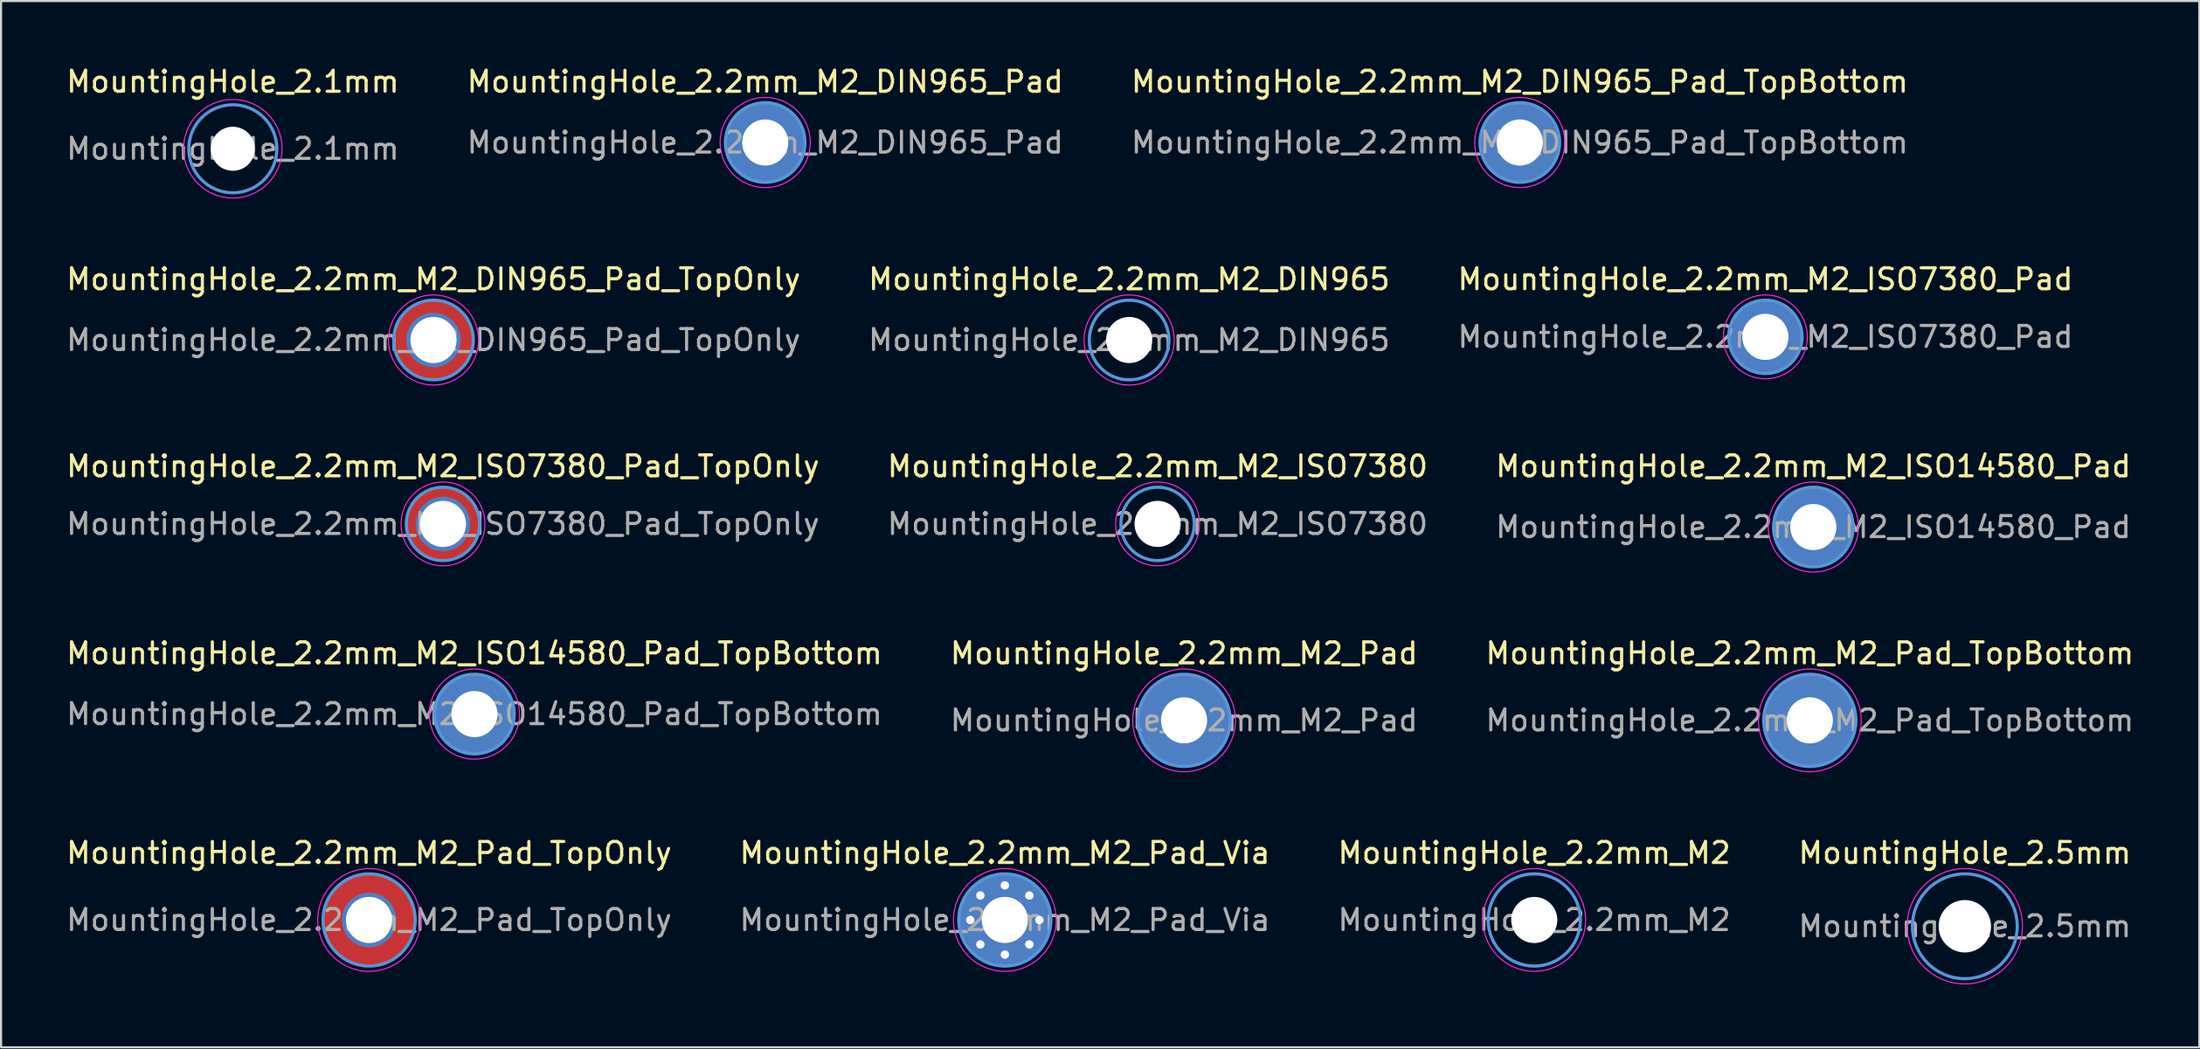
<source format=kicad_pcb>
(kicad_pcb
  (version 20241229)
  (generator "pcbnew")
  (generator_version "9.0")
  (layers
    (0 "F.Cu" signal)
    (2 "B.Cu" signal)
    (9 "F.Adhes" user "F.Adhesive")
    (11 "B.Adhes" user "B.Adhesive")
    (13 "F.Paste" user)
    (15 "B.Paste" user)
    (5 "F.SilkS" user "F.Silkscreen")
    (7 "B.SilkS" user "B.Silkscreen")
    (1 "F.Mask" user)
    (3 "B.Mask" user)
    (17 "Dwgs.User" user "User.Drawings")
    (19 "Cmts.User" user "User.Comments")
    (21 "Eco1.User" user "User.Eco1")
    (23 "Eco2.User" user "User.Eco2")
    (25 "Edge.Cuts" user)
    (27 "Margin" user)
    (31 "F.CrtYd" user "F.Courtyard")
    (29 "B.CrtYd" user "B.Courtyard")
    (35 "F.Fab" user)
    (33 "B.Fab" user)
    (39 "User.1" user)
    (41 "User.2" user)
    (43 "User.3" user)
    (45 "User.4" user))
  (footprint "MountingHole_2.2mm_M2_DIN965_Pad_TopBottom"
    (layer "F.Cu")
    (at 69.435 3.748)
    (property "Reference" "MountingHole_2.2mm_M2_DIN965_Pad_TopBottom" (at 0 -2.9 0) (layer "F.SilkS") (effects (font (size 1 1) (thickness 0.15))))
    (attr exclude_from_pos_files exclude_from_bom)
    (fp_circle (center 0 0) (end 1.9 0) (stroke (width 0.15) (type solid)) (fill no) (layer "Cmts.User"))
    (fp_circle (center 0 0) (end 2.15 0) (stroke (width 0.05) (type solid)) (fill no) (layer "F.CrtYd"))
    (fp_text user "${REFERENCE}" (at 0 0 0) (layer "F.Fab") (effects (font (size 1 1) (thickness 0.15))))
    (pad "" thru_hole circle (at 0 0) (size 2.6 2.6) (drill 2.2) (layers "*.Cu" "*.Mask"))
    (pad "" connect circle (at 0 0) (size 3.8 3.8) (layers "F.Cu" "F.Mask"))
    (pad "" connect circle (at 0 0) (size 3.8 3.8) (layers "B.Cu" "B.Mask")))
  (footprint "MountingHole_2.2mm_M2_Pad_TopOnly"
    (layer "F.Cu")
    (at 14.554 40.841)
    (property "Reference" "MountingHole_2.2mm_M2_Pad_TopOnly" (at 0 -3.2 0) (layer "F.SilkS") (effects (font (size 1 1) (thickness 0.15))))
    (attr exclude_from_pos_files exclude_from_bom)
    (fp_circle (center 0 0) (end 2.2 0) (stroke (width 0.15) (type solid)) (fill no) (layer "Cmts.User"))
    (fp_circle (center 0 0) (end 2.45 0) (stroke (width 0.05) (type solid)) (fill no) (layer "F.CrtYd"))
    (fp_text user "${REFERENCE}" (at 0 0 0) (layer "F.Fab") (effects (font (size 1 1) (thickness 0.15))))
    (pad "" thru_hole circle (at 0 0) (size 2.6 2.6) (drill 2.2) (layers "*.Cu" "*.Mask"))
    (pad "" connect circle (at 0 0) (size 4.4 4.4) (layers "F.Cu" "F.Mask")))
  (footprint "MountingHole_2.2mm_M2_Pad_TopBottom"
    (layer "F.Cu")
    (at 83.268 31.318)
    (property "Reference" "MountingHole_2.2mm_M2_Pad_TopBottom" (at 0 -3.2 0) (layer "F.SilkS") (effects (font (size 1 1) (thickness 0.15))))
    (attr exclude_from_pos_files exclude_from_bom)
    (fp_circle (center 0 0) (end 2.2 0) (stroke (width 0.15) (type solid)) (fill no) (layer "Cmts.User"))
    (fp_circle (center 0 0) (end 2.45 0) (stroke (width 0.05) (type solid)) (fill no) (layer "F.CrtYd"))
    (fp_text user "${REFERENCE}" (at 0 0 0) (layer "F.Fab") (effects (font (size 1 1) (thickness 0.15))))
    (pad "1" thru_hole circle (at 0 0) (size 2.6 2.6) (drill 2.2) (layers "*.Cu" "*.Mask"))
    (pad "1" connect circle (at 0 0) (size 4.4 4.4) (layers "F.Cu" "F.Mask"))
    (pad "1" connect circle (at 0 0) (size 4.4 4.4) (layers "B.Cu" "B.Mask")))
  (footprint "MountingHole_2.2mm_M2_ISO7380_Pad"
    (layer "F.Cu")
    (at 81.149 13.021)
    (property "Reference" "MountingHole_2.2mm_M2_ISO7380_Pad" (at 0 -2.75 0) (layer "F.SilkS") (effects (font (size 1 1) (thickness 0.15))))
    (attr exclude_from_pos_files exclude_from_bom)
    (fp_circle (center 0 0) (end 1.75 0) (stroke (width 0.15) (type solid)) (fill no) (layer "Cmts.User"))
    (fp_circle (center 0 0) (end 2 0) (stroke (width 0.05) (type solid)) (fill no) (layer "F.CrtYd"))
    (fp_text user "${REFERENCE}" (at 0 0 0) (layer "F.Fab") (effects (font (size 1 1) (thickness 0.15))))
    (pad "1" thru_hole circle (at 0 0) (size 3.5 3.5) (drill 2.2) (layers "*.Cu" "*.Mask")))
  (footprint "MountingHole_2.2mm_M2"
    (layer "F.Cu")
    (at 70.125 40.841)
    (property "Reference" "MountingHole_2.2mm_M2" (at 0 -3.2 0) (layer "F.SilkS") (effects (font (size 1 1) (thickness 0.15))))
    (attr exclude_from_pos_files exclude_from_bom)
    (fp_circle (center 0 0) (end 2.2 0) (stroke (width 0.15) (type solid)) (fill no) (layer "Cmts.User"))
    (fp_circle (center 0 0) (end 2.45 0) (stroke (width 0.05) (type solid)) (fill no) (layer "F.CrtYd"))
    (fp_text user "${REFERENCE}" (at 0 0 0) (layer "F.Fab") (effects (font (size 1 1) (thickness 0.15))))
    (pad "" np_thru_hole circle (at 0 0) (size 2.2 2.2) (drill 2.2) (layers "*.Cu" "*.Mask")))
  (footprint "MountingHole_2.2mm_M2_DIN965"
    (layer "F.Cu")
    (at 50.804 13.171)
    (property "Reference" "MountingHole_2.2mm_M2_DIN965" (at 0 -2.9 0) (layer "F.SilkS") (effects (font (size 1 1) (thickness 0.15))))
    (attr exclude_from_pos_files exclude_from_bom)
    (fp_circle (center 0 0) (end 1.9 0) (stroke (width 0.15) (type solid)) (fill no) (layer "Cmts.User"))
    (fp_circle (center 0 0) (end 2.15 0) (stroke (width 0.05) (type solid)) (fill no) (layer "F.CrtYd"))
    (fp_text user "${REFERENCE}" (at 0 0 0) (layer "F.Fab") (effects (font (size 1 1) (thickness 0.15))))
    (pad "" np_thru_hole circle (at 0 0) (size 2.2 2.2) (drill 2.2) (layers "*.Cu" "*.Mask")))
  (footprint "MountingHole_2.2mm_M2_Pad_Via"
    (layer "F.Cu")
    (at 44.875 40.841)
    (property "Reference" "MountingHole_2.2mm_M2_Pad_Via" (at 0 -3.2 0) (layer "F.SilkS") (effects (font (size 1 1) (thickness 0.15))))
    (attr exclude_from_pos_files exclude_from_bom)
    (fp_circle (center 0 0) (end 2.2 0) (stroke (width 0.15) (type solid)) (fill no) (layer "Cmts.User"))
    (fp_circle (center 0 0) (end 2.45 0) (stroke (width 0.05) (type solid)) (fill no) (layer "F.CrtYd"))
    (fp_text user "${REFERENCE}" (at 0 0 0) (layer "F.Fab") (effects (font (size 1 1) (thickness 0.15))))
    (pad "1" thru_hole circle (at -1.65 0) (size 0.7 0.7) (drill 0.4) (layers "*.Cu" "*.Mask"))
    (pad "1" thru_hole circle (at -1.167 -1.167) (size 0.7 0.7) (drill 0.4) (layers "*.Cu" "*.Mask"))
    (pad "1" thru_hole circle (at -1.167 1.167) (size 0.7 0.7) (drill 0.4) (layers "*.Cu" "*.Mask"))
    (pad "1" thru_hole circle (at 0 -1.65) (size 0.7 0.7) (drill 0.4) (layers "*.Cu" "*.Mask"))
    (pad "1" thru_hole circle (at 0 0) (size 4.4 4.4) (drill 2.2) (layers "*.Cu" "*.Mask"))
    (pad "1" thru_hole circle (at 0 1.65) (size 0.7 0.7) (drill 0.4) (layers "*.Cu" "*.Mask"))
    (pad "1" thru_hole circle (at 1.167 -1.167) (size 0.7 0.7) (drill 0.4) (layers "*.Cu" "*.Mask"))
    (pad "1" thru_hole circle (at 1.167 1.167) (size 0.7 0.7) (drill 0.4) (layers "*.Cu" "*.Mask"))
    (pad "1" thru_hole circle (at 1.65 0) (size 0.7 0.7) (drill 0.4) (layers "*.Cu" "*.Mask")))
  (footprint "MountingHole_2.2mm_M2_DIN965_Pad"
    (layer "F.Cu")
    (at 33.446 3.748)
    (property "Reference" "MountingHole_2.2mm_M2_DIN965_Pad" (at 0 -2.9 0) (layer "F.SilkS") (effects (font (size 1 1) (thickness 0.15))))
    (attr through_hole exclude_from_pos_files exclude_from_bom)
    (fp_circle (center 0 0) (end 1.9 0) (stroke (width 0.15) (type solid)) (fill no) (layer "Cmts.User"))
    (fp_circle (center 0 0) (end 2.15 0) (stroke (width 0.05) (type solid)) (fill no) (layer "F.CrtYd"))
    (fp_text user "${REFERENCE}" (at 0 0 0) (layer "F.Fab") (effects (font (size 1 1) (thickness 0.15))))
    (pad "" thru_hole circle (at 0 0) (size 3.8 3.8) (drill 2.2) (layers "*.Cu" "*.Mask")))
  (footprint "MountingHole_2.2mm_M2_ISO14580_Pad"
    (layer "F.Cu")
    (at 83.435 22.095)
    (property "Reference" "MountingHole_2.2mm_M2_ISO14580_Pad" (at 0 -2.9 0) (layer "F.SilkS") (effects (font (size 1 1) (thickness 0.15))))
    (attr through_hole exclude_from_pos_files exclude_from_bom)
    (fp_circle (center 0 0) (end 1.9 0) (stroke (width 0.15) (type solid)) (fill no) (layer "Cmts.User"))
    (fp_circle (center 0 0) (end 2.15 0) (stroke (width 0.05) (type solid)) (fill no) (layer "F.CrtYd"))
    (fp_text user "${REFERENCE}" (at 0 0 0) (layer "F.Fab") (effects (font (size 1 1) (thickness 0.15))))
    (pad "" thru_hole circle (at 0 0) (size 3.8 3.8) (drill 2.2) (layers "*.Cu" "*.Mask")))
  (footprint "MountingHole_2.5mm"
    (layer "F.Cu")
    (at 90.661 41.141)
    (property "Reference" "MountingHole_2.5mm" (at 0 -3.5 0) (layer "F.SilkS") (effects (font (size 1 1) (thickness 0.15))))
    (attr through_hole exclude_from_pos_files exclude_from_bom)
    (fp_circle (center 0 0) (end 2.5 0) (stroke (width 0.15) (type solid)) (fill no) (layer "Cmts.User"))
    (fp_circle (center 0 0) (end 2.75 0) (stroke (width 0.05) (type solid)) (fill no) (layer "F.CrtYd"))
    (fp_text user "${REFERENCE}" (at 0 0 0) (layer "F.Fab") (effects (font (size 1 1) (thickness 0.15))))
    (pad "" np_thru_hole circle (at 0 0) (size 2.5 2.5) (drill 2.5) (layers "*.Cu" "*.Mask")))
  (footprint "MountingHole_2.2mm_M2_ISO14580_Pad_TopBottom"
    (layer "F.Cu")
    (at 19.577 31.018)
    (property "Reference" "MountingHole_2.2mm_M2_ISO14580_Pad_TopBottom" (at 0 -2.9 0) (layer "F.SilkS") (effects (font (size 1 1) (thickness 0.15))))
    (attr exclude_from_pos_files exclude_from_bom)
    (fp_circle (center 0 0) (end 1.9 0) (stroke (width 0.15) (type solid)) (fill no) (layer "Cmts.User"))
    (fp_circle (center 0 0) (end 2.15 0) (stroke (width 0.05) (type solid)) (fill no) (layer "F.CrtYd"))
    (fp_text user "${REFERENCE}" (at 0 0 0) (layer "F.Fab") (effects (font (size 1 1) (thickness 0.15))))
    (pad "1" thru_hole circle (at 0 0) (size 2.6 2.6) (drill 2.2) (layers "*.Cu" "*.Mask"))
    (pad "1" connect circle (at 0 0) (size 3.8 3.8) (layers "F.Cu" "F.Mask"))
    (pad "1" connect circle (at 0 0) (size 3.8 3.8) (layers "B.Cu" "B.Mask")))
  (footprint "MountingHole_2.2mm_M2_ISO7380_Pad_TopOnly"
    (layer "F.Cu")
    (at 18.077 21.945)
    (property "Reference" "MountingHole_2.2mm_M2_ISO7380_Pad_TopOnly" (at 0 -2.75 0) (layer "F.SilkS") (effects (font (size 1 1) (thickness 0.15))))
    (attr through_hole exclude_from_pos_files exclude_from_bom)
    (fp_circle (center 0 0) (end 1.75 0) (stroke (width 0.15) (type solid)) (fill no) (layer "Cmts.User"))
    (fp_circle (center 0 0) (end 2 0) (stroke (width 0.05) (type solid)) (fill no) (layer "F.CrtYd"))
    (fp_text user "${REFERENCE}" (at 0 0 0) (layer "F.Fab") (effects (font (size 1 1) (thickness 0.15))))
    (pad "" thru_hole circle (at 0 0) (size 2.6 2.6) (drill 2.2) (layers "*.Cu" "*.Mask"))
    (pad "" connect circle (at 0 0) (size 3.5 3.5) (layers "F.Cu" "F.Mask")))
  (footprint "MountingHole_2.2mm_M2_DIN965_Pad_TopOnly"
    (layer "F.Cu")
    (at 17.625 13.171)
    (property "Reference" "MountingHole_2.2mm_M2_DIN965_Pad_TopOnly" (at 0 -2.9 0) (layer "F.SilkS") (effects (font (size 1 1) (thickness 0.15))))
    (attr through_hole exclude_from_pos_files exclude_from_bom)
    (fp_circle (center 0 0) (end 1.9 0) (stroke (width 0.15) (type solid)) (fill no) (layer "Cmts.User"))
    (fp_circle (center 0 0) (end 2.15 0) (stroke (width 0.05) (type solid)) (fill no) (layer "F.CrtYd"))
    (fp_text user "${REFERENCE}" (at 0 0 0) (layer "F.Fab") (effects (font (size 1 1) (thickness 0.15))))
    (pad "" thru_hole circle (at 0 0) (size 2.6 2.6) (drill 2.2) (layers "*.Cu" "*.Mask"))
    (pad "" connect circle (at 0 0) (size 3.8 3.8) (layers "F.Cu" "F.Mask")))
  (footprint "MountingHole_2.2mm_M2_ISO7380"
    (layer "F.Cu")
    (at 52.161 21.945)
    (property "Reference" "MountingHole_2.2mm_M2_ISO7380" (at 0 -2.75 0) (layer "F.SilkS") (effects (font (size 1 1) (thickness 0.15))))
    (attr exclude_from_pos_files exclude_from_bom)
    (fp_circle (center 0 0) (end 1.75 0) (stroke (width 0.15) (type solid)) (fill no) (layer "Cmts.User"))
    (fp_circle (center 0 0) (end 2 0) (stroke (width 0.05) (type solid)) (fill no) (layer "F.CrtYd"))
    (fp_text user "${REFERENCE}" (at 0 0 0) (layer "F.Fab") (effects (font (size 1 1) (thickness 0.15))))
    (pad "" np_thru_hole circle (at 0 0) (size 2.2 2.2) (drill 2.2) (layers "*.Cu" "*.Mask")))
  (footprint "MountingHole_2.2mm_M2_Pad"
    (layer "F.Cu")
    (at 53.423 31.318)
    (property "Reference" "MountingHole_2.2mm_M2_Pad" (at 0 -3.2 0) (layer "F.SilkS") (effects (font (size 1 1) (thickness 0.15))))
    (attr exclude_from_pos_files exclude_from_bom)
    (fp_circle (center 0 0) (end 2.2 0) (stroke (width 0.15) (type solid)) (fill no) (layer "Cmts.User"))
    (fp_circle (center 0 0) (end 2.45 0) (stroke (width 0.05) (type solid)) (fill no) (layer "F.CrtYd"))
    (fp_text user "${REFERENCE}" (at 0 0 0) (layer "F.Fab") (effects (font (size 1 1) (thickness 0.15))))
    (pad "" thru_hole circle (at 0 0) (size 4.4 4.4) (drill 2.2) (layers "*.Cu" "*.Mask")))
  (footprint "MountingHole_2.1mm"
    (layer "F.Cu")
    (at 8.054 4.048)
    (property "Reference" "MountingHole_2.1mm" (at 0 -3.2 0) (layer "F.SilkS") (effects (font (size 1 1) (thickness 0.15))))
    (attr through_hole exclude_from_pos_files exclude_from_bom)
    (fp_circle (center 0 0) (end 2.1 0) (stroke (width 0.15) (type solid)) (fill no) (layer "Cmts.User"))
    (fp_circle (center 0 0) (end 2.35 0) (stroke (width 0.05) (type solid)) (fill no) (layer "F.CrtYd"))
    (fp_text user "${REFERENCE}" (at 0 0 0) (layer "F.Fab") (effects (font (size 1 1) (thickness 0.15))))
    (pad "" np_thru_hole circle (at 0 0) (size 2.1 2.1) (drill 2.1) (layers "*.Cu" "*.Mask")))
  (gr_rect
    (start -3 -3)
    (end 101.845 46.916)
    (stroke (width 0.1) (type default))
    (fill no)
    (layer "Edge.Cuts")))
</source>
